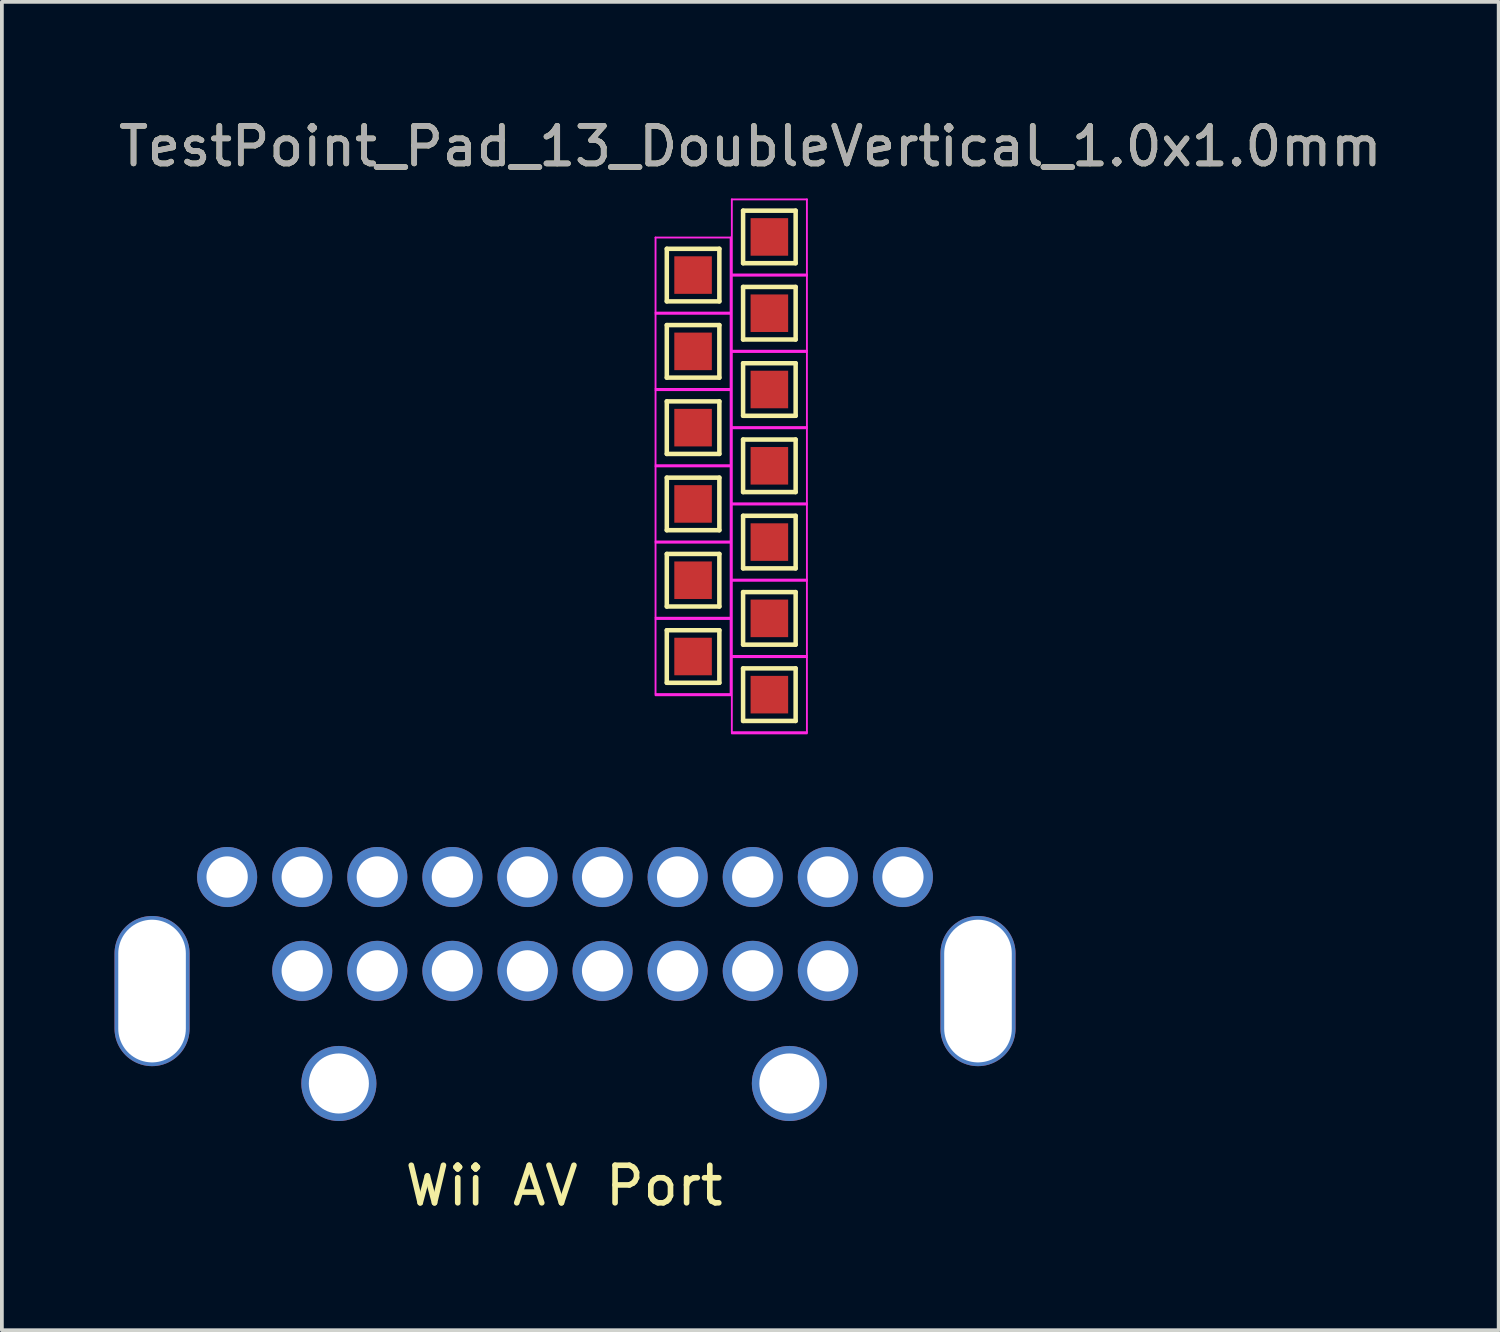
<source format=kicad_pcb>
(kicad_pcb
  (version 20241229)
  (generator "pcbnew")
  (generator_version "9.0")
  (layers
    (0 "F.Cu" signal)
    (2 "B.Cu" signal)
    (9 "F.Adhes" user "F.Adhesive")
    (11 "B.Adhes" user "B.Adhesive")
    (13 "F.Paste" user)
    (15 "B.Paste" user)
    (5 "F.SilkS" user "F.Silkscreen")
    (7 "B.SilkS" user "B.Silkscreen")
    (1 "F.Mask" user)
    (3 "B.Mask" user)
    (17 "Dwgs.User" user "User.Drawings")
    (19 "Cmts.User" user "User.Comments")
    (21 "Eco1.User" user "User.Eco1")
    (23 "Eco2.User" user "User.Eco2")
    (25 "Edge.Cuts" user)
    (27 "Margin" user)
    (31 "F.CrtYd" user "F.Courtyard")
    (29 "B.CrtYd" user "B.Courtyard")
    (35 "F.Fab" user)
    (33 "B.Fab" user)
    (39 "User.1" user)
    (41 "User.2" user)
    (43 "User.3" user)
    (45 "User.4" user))
  (footprint "TestPoint_Pad_13_DoubleVertical_1.0x1.0mm"
    (layer "F.Cu")
    (at 16.935 9.484)
    (property "Reference" "TestPoint_Pad_13_DoubleVertical_1.0x1.0mm" (at 0 -8.636 0) (layer "F.SilkS") (effects (font (size 1 1) (thickness 0.15))))
    (attr exclude_from_pos_files exclude_from_bom)
    (fp_line (start -2.224 -5.907) (end -0.824 -5.907) (stroke (width 0.12) (type solid)) (layer "F.SilkS"))
    (fp_line (start -2.224 -4.507) (end -2.224 -5.907) (stroke (width 0.12) (type solid)) (layer "F.SilkS"))
    (fp_line (start -2.224 -3.875) (end -0.824 -3.875) (stroke (width 0.12) (type solid)) (layer "F.SilkS"))
    (fp_line (start -2.224 -2.475) (end -2.224 -3.875) (stroke (width 0.12) (type solid)) (layer "F.SilkS"))
    (fp_line (start -2.224 -1.843) (end -0.824 -1.843) (stroke (width 0.12) (type solid)) (layer "F.SilkS"))
    (fp_line (start -2.224 -0.443) (end -2.224 -1.843) (stroke (width 0.12) (type solid)) (layer "F.SilkS"))
    (fp_line (start -2.224 0.189) (end -0.824 0.189) (stroke (width 0.12) (type solid)) (layer "F.SilkS"))
    (fp_line (start -2.224 1.589) (end -2.224 0.189) (stroke (width 0.12) (type solid)) (layer "F.SilkS"))
    (fp_line (start -2.224 2.221) (end -0.824 2.221) (stroke (width 0.12) (type solid)) (layer "F.SilkS"))
    (fp_line (start -2.224 3.621) (end -2.224 2.221) (stroke (width 0.12) (type solid)) (layer "F.SilkS"))
    (fp_line (start -2.224 4.253) (end -0.824 4.253) (stroke (width 0.12) (type solid)) (layer "F.SilkS"))
    (fp_line (start -2.224 5.653) (end -2.224 4.253) (stroke (width 0.12) (type solid)) (layer "F.SilkS"))
    (fp_line (start -0.824 -5.907) (end -0.824 -4.507) (stroke (width 0.12) (type solid)) (layer "F.SilkS"))
    (fp_line (start -0.824 -4.507) (end -2.224 -4.507) (stroke (width 0.12) (type solid)) (layer "F.SilkS"))
    (fp_line (start -0.824 -3.875) (end -0.824 -2.475) (stroke (width 0.12) (type solid)) (layer "F.SilkS"))
    (fp_line (start -0.824 -2.475) (end -2.224 -2.475) (stroke (width 0.12) (type solid)) (layer "F.SilkS"))
    (fp_line (start -0.824 -1.843) (end -0.824 -0.443) (stroke (width 0.12) (type solid)) (layer "F.SilkS"))
    (fp_line (start -0.824 -0.443) (end -2.224 -0.443) (stroke (width 0.12) (type solid)) (layer "F.SilkS"))
    (fp_line (start -0.824 0.189) (end -0.824 1.589) (stroke (width 0.12) (type solid)) (layer "F.SilkS"))
    (fp_line (start -0.824 1.589) (end -2.224 1.589) (stroke (width 0.12) (type solid)) (layer "F.SilkS"))
    (fp_line (start -0.824 2.221) (end -0.824 3.621) (stroke (width 0.12) (type solid)) (layer "F.SilkS"))
    (fp_line (start -0.824 3.621) (end -2.224 3.621) (stroke (width 0.12) (type solid)) (layer "F.SilkS"))
    (fp_line (start -0.824 4.253) (end -0.824 5.653) (stroke (width 0.12) (type solid)) (layer "F.SilkS"))
    (fp_line (start -0.824 5.653) (end -2.224 5.653) (stroke (width 0.12) (type solid)) (layer "F.SilkS"))
    (fp_line (start -0.192 -6.923) (end 1.208 -6.923) (stroke (width 0.12) (type solid)) (layer "F.SilkS"))
    (fp_line (start -0.192 -5.523) (end -0.192 -6.923) (stroke (width 0.12) (type solid)) (layer "F.SilkS"))
    (fp_line (start -0.192 -4.891) (end 1.208 -4.891) (stroke (width 0.12) (type solid)) (layer "F.SilkS"))
    (fp_line (start -0.192 -3.491) (end -0.192 -4.891) (stroke (width 0.12) (type solid)) (layer "F.SilkS"))
    (fp_line (start -0.192 -2.859) (end 1.208 -2.859) (stroke (width 0.12) (type solid)) (layer "F.SilkS"))
    (fp_line (start -0.192 -1.459) (end -0.192 -2.859) (stroke (width 0.12) (type solid)) (layer "F.SilkS"))
    (fp_line (start -0.192 -0.827) (end 1.208 -0.827) (stroke (width 0.12) (type solid)) (layer "F.SilkS"))
    (fp_line (start -0.192 0.573) (end -0.192 -0.827) (stroke (width 0.12) (type solid)) (layer "F.SilkS"))
    (fp_line (start -0.192 1.205) (end 1.208 1.205) (stroke (width 0.12) (type solid)) (layer "F.SilkS"))
    (fp_line (start -0.192 2.605) (end -0.192 1.205) (stroke (width 0.12) (type solid)) (layer "F.SilkS"))
    (fp_line (start -0.192 3.237) (end 1.208 3.237) (stroke (width 0.12) (type solid)) (layer "F.SilkS"))
    (fp_line (start -0.192 4.637) (end -0.192 3.237) (stroke (width 0.12) (type solid)) (layer "F.SilkS"))
    (fp_line (start -0.192 5.269) (end 1.208 5.269) (stroke (width 0.12) (type solid)) (layer "F.SilkS"))
    (fp_line (start -0.192 6.669) (end -0.192 5.269) (stroke (width 0.12) (type solid)) (layer "F.SilkS"))
    (fp_line (start 1.208 -6.923) (end 1.208 -5.523) (stroke (width 0.12) (type solid)) (layer "F.SilkS"))
    (fp_line (start 1.208 -5.523) (end -0.192 -5.523) (stroke (width 0.12) (type solid)) (layer "F.SilkS"))
    (fp_line (start 1.208 -4.891) (end 1.208 -3.491) (stroke (width 0.12) (type solid)) (layer "F.SilkS"))
    (fp_line (start 1.208 -3.491) (end -0.192 -3.491) (stroke (width 0.12) (type solid)) (layer "F.SilkS"))
    (fp_line (start 1.208 -2.859) (end 1.208 -1.459) (stroke (width 0.12) (type solid)) (layer "F.SilkS"))
    (fp_line (start 1.208 -1.459) (end -0.192 -1.459) (stroke (width 0.12) (type solid)) (layer "F.SilkS"))
    (fp_line (start 1.208 -0.827) (end 1.208 0.573) (stroke (width 0.12) (type solid)) (layer "F.SilkS"))
    (fp_line (start 1.208 0.573) (end -0.192 0.573) (stroke (width 0.12) (type solid)) (layer "F.SilkS"))
    (fp_line (start 1.208 1.205) (end 1.208 2.605) (stroke (width 0.12) (type solid)) (layer "F.SilkS"))
    (fp_line (start 1.208 2.605) (end -0.192 2.605) (stroke (width 0.12) (type solid)) (layer "F.SilkS"))
    (fp_line (start 1.208 3.237) (end 1.208 4.637) (stroke (width 0.12) (type solid)) (layer "F.SilkS"))
    (fp_line (start 1.208 4.637) (end -0.192 4.637) (stroke (width 0.12) (type solid)) (layer "F.SilkS"))
    (fp_line (start 1.208 5.269) (end 1.208 6.669) (stroke (width 0.12) (type solid)) (layer "F.SilkS"))
    (fp_line (start 1.208 6.669) (end -0.192 6.669) (stroke (width 0.12) (type solid)) (layer "F.SilkS"))
    (fp_line (start -2.524 -6.207) (end -2.524 -4.207) (stroke (width 0.05) (type solid)) (layer "F.CrtYd"))
    (fp_line (start -2.524 -6.207) (end -0.524 -6.207) (stroke (width 0.05) (type solid)) (layer "F.CrtYd"))
    (fp_line (start -2.524 -4.175) (end -2.524 -2.175) (stroke (width 0.05) (type solid)) (layer "F.CrtYd"))
    (fp_line (start -2.524 -4.175) (end -0.524 -4.175) (stroke (width 0.05) (type solid)) (layer "F.CrtYd"))
    (fp_line (start -2.524 -2.143) (end -2.524 -0.143) (stroke (width 0.05) (type solid)) (layer "F.CrtYd"))
    (fp_line (start -2.524 -2.143) (end -0.524 -2.143) (stroke (width 0.05) (type solid)) (layer "F.CrtYd"))
    (fp_line (start -2.524 -0.111) (end -2.524 1.889) (stroke (width 0.05) (type solid)) (layer "F.CrtYd"))
    (fp_line (start -2.524 -0.111) (end -0.524 -0.111) (stroke (width 0.05) (type solid)) (layer "F.CrtYd"))
    (fp_line (start -2.524 1.921) (end -2.524 3.921) (stroke (width 0.05) (type solid)) (layer "F.CrtYd"))
    (fp_line (start -2.524 1.921) (end -0.524 1.921) (stroke (width 0.05) (type solid)) (layer "F.CrtYd"))
    (fp_line (start -2.524 3.953) (end -2.524 5.953) (stroke (width 0.05) (type solid)) (layer "F.CrtYd"))
    (fp_line (start -2.524 3.953) (end -0.524 3.953) (stroke (width 0.05) (type solid)) (layer "F.CrtYd"))
    (fp_line (start -2.524 5.985) (end -0.524 5.985) (stroke (width 0.05) (type solid)) (layer "F.CrtYd"))
    (fp_line (start -0.524 -4.207) (end -2.524 -4.207) (stroke (width 0.05) (type solid)) (layer "F.CrtYd"))
    (fp_line (start -0.524 -4.207) (end -0.524 -6.207) (stroke (width 0.05) (type solid)) (layer "F.CrtYd"))
    (fp_line (start -0.524 -2.175) (end -2.524 -2.175) (stroke (width 0.05) (type solid)) (layer "F.CrtYd"))
    (fp_line (start -0.524 -2.175) (end -0.524 -4.175) (stroke (width 0.05) (type solid)) (layer "F.CrtYd"))
    (fp_line (start -0.524 -0.143) (end -2.524 -0.143) (stroke (width 0.05) (type solid)) (layer "F.CrtYd"))
    (fp_line (start -0.524 -0.143) (end -0.524 -2.143) (stroke (width 0.05) (type solid)) (layer "F.CrtYd"))
    (fp_line (start -0.524 1.889) (end -2.524 1.889) (stroke (width 0.05) (type solid)) (layer "F.CrtYd"))
    (fp_line (start -0.524 1.889) (end -0.524 -0.111) (stroke (width 0.05) (type solid)) (layer "F.CrtYd"))
    (fp_line (start -0.524 3.921) (end -2.524 3.921) (stroke (width 0.05) (type solid)) (layer "F.CrtYd"))
    (fp_line (start -0.524 3.921) (end -0.524 1.921) (stroke (width 0.05) (type solid)) (layer "F.CrtYd"))
    (fp_line (start -0.524 5.953) (end -2.524 5.953) (stroke (width 0.05) (type solid)) (layer "F.CrtYd"))
    (fp_line (start -0.524 5.953) (end -0.524 3.953) (stroke (width 0.05) (type solid)) (layer "F.CrtYd"))
    (fp_line (start -0.492 -7.223) (end -0.492 -5.223) (stroke (width 0.05) (type solid)) (layer "F.CrtYd"))
    (fp_line (start -0.492 -7.223) (end 1.508 -7.223) (stroke (width 0.05) (type solid)) (layer "F.CrtYd"))
    (fp_line (start -0.492 -5.191) (end -0.492 -3.191) (stroke (width 0.05) (type solid)) (layer "F.CrtYd"))
    (fp_line (start -0.492 -5.191) (end 1.508 -5.191) (stroke (width 0.05) (type solid)) (layer "F.CrtYd"))
    (fp_line (start -0.492 -3.159) (end -0.492 -1.159) (stroke (width 0.05) (type solid)) (layer "F.CrtYd"))
    (fp_line (start -0.492 -3.159) (end 1.508 -3.159) (stroke (width 0.05) (type solid)) (layer "F.CrtYd"))
    (fp_line (start -0.492 -1.127) (end -0.492 0.873) (stroke (width 0.05) (type solid)) (layer "F.CrtYd"))
    (fp_line (start -0.492 -1.127) (end 1.508 -1.127) (stroke (width 0.05) (type solid)) (layer "F.CrtYd"))
    (fp_line (start -0.492 0.905) (end -0.492 2.905) (stroke (width 0.05) (type solid)) (layer "F.CrtYd"))
    (fp_line (start -0.492 0.905) (end 1.508 0.905) (stroke (width 0.05) (type solid)) (layer "F.CrtYd"))
    (fp_line (start -0.492 2.937) (end -0.492 4.937) (stroke (width 0.05) (type solid)) (layer "F.CrtYd"))
    (fp_line (start -0.492 2.937) (end 1.508 2.937) (stroke (width 0.05) (type solid)) (layer "F.CrtYd"))
    (fp_line (start -0.492 4.969) (end -0.492 6.969) (stroke (width 0.05) (type solid)) (layer "F.CrtYd"))
    (fp_line (start -0.492 4.969) (end 1.508 4.969) (stroke (width 0.05) (type solid)) (layer "F.CrtYd"))
    (fp_line (start -0.492 7.001) (end 1.508 7.001) (stroke (width 0.05) (type solid)) (layer "F.CrtYd"))
    (fp_line (start 1.508 -5.223) (end -0.492 -5.223) (stroke (width 0.05) (type solid)) (layer "F.CrtYd"))
    (fp_line (start 1.508 -5.223) (end 1.508 -7.223) (stroke (width 0.05) (type solid)) (layer "F.CrtYd"))
    (fp_line (start 1.508 -3.191) (end -0.492 -3.191) (stroke (width 0.05) (type solid)) (layer "F.CrtYd"))
    (fp_line (start 1.508 -3.191) (end 1.508 -5.191) (stroke (width 0.05) (type solid)) (layer "F.CrtYd"))
    (fp_line (start 1.508 -1.159) (end -0.492 -1.159) (stroke (width 0.05) (type solid)) (layer "F.CrtYd"))
    (fp_line (start 1.508 -1.159) (end 1.508 -3.159) (stroke (width 0.05) (type solid)) (layer "F.CrtYd"))
    (fp_line (start 1.508 0.873) (end -0.492 0.873) (stroke (width 0.05) (type solid)) (layer "F.CrtYd"))
    (fp_line (start 1.508 0.873) (end 1.508 -1.127) (stroke (width 0.05) (type solid)) (layer "F.CrtYd"))
    (fp_line (start 1.508 2.905) (end -0.492 2.905) (stroke (width 0.05) (type solid)) (layer "F.CrtYd"))
    (fp_line (start 1.508 2.905) (end 1.508 0.905) (stroke (width 0.05) (type solid)) (layer "F.CrtYd"))
    (fp_line (start 1.508 4.937) (end -0.492 4.937) (stroke (width 0.05) (type solid)) (layer "F.CrtYd"))
    (fp_line (start 1.508 4.937) (end 1.508 2.937) (stroke (width 0.05) (type solid)) (layer "F.CrtYd"))
    (fp_line (start 1.508 6.969) (end -0.492 6.969) (stroke (width 0.05) (type solid)) (layer "F.CrtYd"))
    (fp_line (start 1.508 6.969) (end 1.508 4.969) (stroke (width 0.05) (type solid)) (layer "F.CrtYd"))
    (fp_text user "${REFERENCE}" (at 0 -8.636 0) (layer "F.Fab") (effects (font (size 1 1) (thickness 0.15))))
    (pad "1" smd rect (at 0.508 -6.223) (size 1 1) (layers "F.Cu" "F.Mask"))
    (pad "2" smd rect (at -1.524 -5.207) (size 1 1) (layers "F.Cu" "F.Mask"))
    (pad "3" smd rect (at 0.508 -4.191) (size 1 1) (layers "F.Cu" "F.Mask"))
    (pad "4" smd rect (at -1.524 -3.175) (size 1 1) (layers "F.Cu" "F.Mask"))
    (pad "5" smd rect (at 0.508 -2.159) (size 1 1) (layers "F.Cu" "F.Mask"))
    (pad "6" smd rect (at -1.524 -1.143) (size 1 1) (layers "F.Cu" "F.Mask"))
    (pad "7" smd rect (at 0.508 -0.127) (size 1 1) (layers "F.Cu" "F.Mask"))
    (pad "8" smd rect (at -1.524 0.889) (size 1 1) (layers "F.Cu" "F.Mask"))
    (pad "9" smd rect (at 0.508 1.905) (size 1 1) (layers "F.Cu" "F.Mask"))
    (pad "10" smd rect (at -1.524 2.921) (size 1 1) (layers "F.Cu" "F.Mask"))
    (pad "11" smd rect (at 0.508 3.937) (size 1 1) (layers "F.Cu" "F.Mask"))
    (pad "12" smd rect (at -1.524 4.953) (size 1 1) (layers "F.Cu" "F.Mask"))
    (pad "13" smd rect (at 0.508 5.969) (size 1 1) (layers "F.Cu" "F.Mask")))
  (footprint "Wii AV Port"
    (layer "F.Cu")
    (at 11.976 21.548)
    (property "Reference" "Wii AV Port" (at 0 6.985 0) (layer "F.SilkS") (effects (font (size 1 1) (thickness 0.15))))
    (attr through_hole)
    (pad "1" thru_hole circle (at -6.976 1.262) (size 1.6 1.6) (drill 1.1) (layers "*.Cu" "*.Mask"))
    (pad "2" thru_hole circle (at -6.976 -1.238) (size 1.6 1.6) (drill 1.1) (layers "*.Cu" "*.Mask"))
    (pad "3" thru_hole circle (at -4.976 1.262) (size 1.6 1.6) (drill 1.1) (layers "*.Cu" "*.Mask"))
    (pad "4" thru_hole circle (at -4.976 -1.238) (size 1.6 1.6) (drill 1.1) (layers "*.Cu" "*.Mask"))
    (pad "5" thru_hole circle (at -2.976 1.262) (size 1.6 1.6) (drill 1.1) (layers "*.Cu" "*.Mask"))
    (pad "6" thru_hole circle (at -2.976 -1.238) (size 1.6 1.6) (drill 1.1) (layers "*.Cu" "*.Mask"))
    (pad "7" thru_hole circle (at -0.976 1.262) (size 1.6 1.6) (drill 1.1) (layers "*.Cu" "*.Mask"))
    (pad "8" thru_hole circle (at -0.976 -1.238) (size 1.6 1.6) (drill 1.1) (layers "*.Cu" "*.Mask"))
    (pad "9" thru_hole circle (at 1.024 1.262) (size 1.6 1.6) (drill 1.1) (layers "*.Cu" "*.Mask"))
    (pad "10" thru_hole circle (at 1.024 -1.238) (size 1.6 1.6) (drill 1.1) (layers "*.Cu" "*.Mask"))
    (pad "11" thru_hole circle (at 3.024 1.262) (size 1.6 1.6) (drill 1.1) (layers "*.Cu" "*.Mask"))
    (pad "12" thru_hole circle (at 3.024 -1.238) (size 1.6 1.6) (drill 1.1) (layers "*.Cu" "*.Mask"))
    (pad "13" thru_hole circle (at 5.024 1.262) (size 1.6 1.6) (drill 1.1) (layers "*.Cu" "*.Mask"))
    (pad "14" thru_hole circle (at 5.024 -1.238) (size 1.6 1.6) (drill 1.1) (layers "*.Cu" "*.Mask"))
    (pad "15" thru_hole circle (at 7.024 1.262) (size 1.6 1.6) (drill 1.1) (layers "*.Cu" "*.Mask"))
    (pad "16" thru_hole circle (at 7.024 -1.238) (size 1.6 1.6) (drill 1.1) (layers "*.Cu" "*.Mask"))
    (pad "17" thru_hole circle (at -8.976 -1.238) (size 1.6 1.6) (drill 1.1) (layers "*.Cu" "*.Mask"))
    (pad "18" thru_hole circle (at 9.024 -1.238) (size 1.6 1.6) (drill 1.1) (layers "*.Cu" "*.Mask"))
    (pad "19" thru_hole oval (at -10.976 1.8) (size 2 4) (drill oval 1.8 3.8) (layers "*.Cu" "*.Mask"))
    (pad "19" thru_hole circle (at -6 4.262) (size 2 2) (drill 1.6) (layers "*.Cu" "*.Mask"))
    (pad "19" thru_hole circle (at 6 4.262) (size 2 2) (drill 1.6) (layers "*.Cu" "*.Mask"))
    (pad "19" thru_hole oval (at 11.024 1.8) (size 2 4) (drill oval 1.8 3.8) (layers "*.Cu" "*.Mask")))
  (gr_rect
    (start -3 -3)
    (end 36.869 32.382)
    (stroke (width 0.1) (type default))
    (fill no)
    (layer "Edge.Cuts")))
</source>
